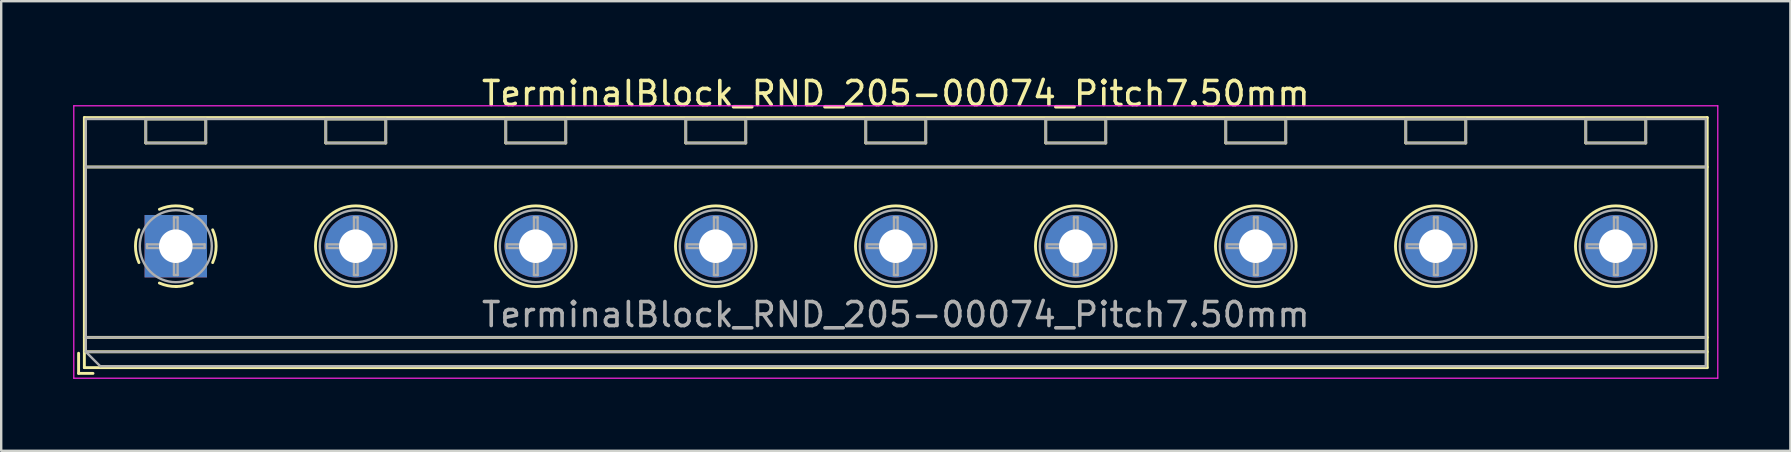
<source format=kicad_pcb>
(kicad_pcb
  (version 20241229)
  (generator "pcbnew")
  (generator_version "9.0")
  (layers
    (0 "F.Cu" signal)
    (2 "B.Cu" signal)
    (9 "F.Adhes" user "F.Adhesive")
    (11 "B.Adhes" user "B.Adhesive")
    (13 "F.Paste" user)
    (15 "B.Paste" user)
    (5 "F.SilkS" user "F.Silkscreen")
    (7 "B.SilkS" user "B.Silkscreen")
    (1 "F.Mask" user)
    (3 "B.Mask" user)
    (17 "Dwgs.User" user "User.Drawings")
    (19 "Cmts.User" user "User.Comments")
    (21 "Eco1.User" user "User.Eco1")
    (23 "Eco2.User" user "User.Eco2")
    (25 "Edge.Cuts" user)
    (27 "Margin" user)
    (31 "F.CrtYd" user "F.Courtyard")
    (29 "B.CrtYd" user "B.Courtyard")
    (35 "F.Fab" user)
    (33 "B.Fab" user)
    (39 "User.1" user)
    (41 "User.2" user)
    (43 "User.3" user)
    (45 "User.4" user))
  (footprint "TerminalBlock_RND_205-00074_Pitch7.50mm"
    (layer "F.Cu")
    (at 4.275 7.208)
    (property "Reference" "TerminalBlock_RND_205-00074_Pitch7.50mm" (at 30 -6.36 0) (layer "F.SilkS") (effects (font (size 1 1) (thickness 0.15))))
    (attr through_hole)
    (fp_line (start -4.05 4.46) (end -4.05 5.3) (stroke (width 0.12) (type solid)) (layer "F.SilkS"))
    (fp_line (start -4.05 5.3) (end -3.45 5.3) (stroke (width 0.12) (type solid)) (layer "F.SilkS"))
    (fp_line (start -3.81 -5.36) (end -3.81 5.06) (stroke (width 0.12) (type solid)) (layer "F.SilkS"))
    (fp_line (start -3.81 -3.3) (end 63.81 -3.3) (stroke (width 0.12) (type solid)) (layer "F.SilkS"))
    (fp_line (start -3.81 3.8) (end 63.81 3.8) (stroke (width 0.12) (type solid)) (layer "F.SilkS"))
    (fp_line (start -3.81 4.4) (end 63.81 4.4) (stroke (width 0.12) (type solid)) (layer "F.SilkS"))
    (fp_line (start -3.81 5.06) (end 63.81 5.06) (stroke (width 0.12) (type solid)) (layer "F.SilkS"))
    (fp_line (start -1.25 -5.301) (end -1.25 -4.301) (stroke (width 0.12) (type solid)) (layer "F.SilkS"))
    (fp_line (start -1.25 -5.301) (end 1.25 -5.301) (stroke (width 0.12) (type solid)) (layer "F.SilkS"))
    (fp_line (start -1.25 -4.301) (end 1.25 -4.301) (stroke (width 0.12) (type solid)) (layer "F.SilkS"))
    (fp_line (start 1.25 -5.301) (end 1.25 -4.301) (stroke (width 0.12) (type solid)) (layer "F.SilkS"))
    (fp_line (start 6.25 -5.301) (end 6.25 -4.301) (stroke (width 0.12) (type solid)) (layer "F.SilkS"))
    (fp_line (start 6.25 -5.301) (end 8.75 -5.301) (stroke (width 0.12) (type solid)) (layer "F.SilkS"))
    (fp_line (start 6.25 -4.301) (end 8.75 -4.301) (stroke (width 0.12) (type solid)) (layer "F.SilkS"))
    (fp_line (start 8.75 -5.301) (end 8.75 -4.301) (stroke (width 0.12) (type solid)) (layer "F.SilkS"))
    (fp_line (start 13.75 -5.301) (end 13.75 -4.301) (stroke (width 0.12) (type solid)) (layer "F.SilkS"))
    (fp_line (start 13.75 -5.301) (end 16.25 -5.301) (stroke (width 0.12) (type solid)) (layer "F.SilkS"))
    (fp_line (start 13.75 -4.301) (end 16.25 -4.301) (stroke (width 0.12) (type solid)) (layer "F.SilkS"))
    (fp_line (start 16.25 -5.301) (end 16.25 -4.301) (stroke (width 0.12) (type solid)) (layer "F.SilkS"))
    (fp_line (start 21.25 -5.301) (end 21.25 -4.301) (stroke (width 0.12) (type solid)) (layer "F.SilkS"))
    (fp_line (start 21.25 -5.301) (end 23.75 -5.301) (stroke (width 0.12) (type solid)) (layer "F.SilkS"))
    (fp_line (start 21.25 -4.301) (end 23.75 -4.301) (stroke (width 0.12) (type solid)) (layer "F.SilkS"))
    (fp_line (start 23.75 -5.301) (end 23.75 -4.301) (stroke (width 0.12) (type solid)) (layer "F.SilkS"))
    (fp_line (start 28.75 -5.301) (end 28.75 -4.301) (stroke (width 0.12) (type solid)) (layer "F.SilkS"))
    (fp_line (start 28.75 -5.301) (end 31.25 -5.301) (stroke (width 0.12) (type solid)) (layer "F.SilkS"))
    (fp_line (start 28.75 -4.301) (end 31.25 -4.301) (stroke (width 0.12) (type solid)) (layer "F.SilkS"))
    (fp_line (start 31.25 -5.301) (end 31.25 -4.301) (stroke (width 0.12) (type solid)) (layer "F.SilkS"))
    (fp_line (start 36.25 -5.301) (end 36.25 -4.301) (stroke (width 0.12) (type solid)) (layer "F.SilkS"))
    (fp_line (start 36.25 -5.301) (end 38.75 -5.301) (stroke (width 0.12) (type solid)) (layer "F.SilkS"))
    (fp_line (start 36.25 -4.301) (end 38.75 -4.301) (stroke (width 0.12) (type solid)) (layer "F.SilkS"))
    (fp_line (start 38.75 -5.301) (end 38.75 -4.301) (stroke (width 0.12) (type solid)) (layer "F.SilkS"))
    (fp_line (start 43.75 -5.301) (end 43.75 -4.301) (stroke (width 0.12) (type solid)) (layer "F.SilkS"))
    (fp_line (start 43.75 -5.301) (end 46.25 -5.301) (stroke (width 0.12) (type solid)) (layer "F.SilkS"))
    (fp_line (start 43.75 -4.301) (end 46.25 -4.301) (stroke (width 0.12) (type solid)) (layer "F.SilkS"))
    (fp_line (start 46.25 -5.301) (end 46.25 -4.301) (stroke (width 0.12) (type solid)) (layer "F.SilkS"))
    (fp_line (start 51.25 -5.301) (end 51.25 -4.301) (stroke (width 0.12) (type solid)) (layer "F.SilkS"))
    (fp_line (start 51.25 -5.301) (end 53.75 -5.301) (stroke (width 0.12) (type solid)) (layer "F.SilkS"))
    (fp_line (start 51.25 -4.301) (end 53.75 -4.301) (stroke (width 0.12) (type solid)) (layer "F.SilkS"))
    (fp_line (start 53.75 -5.301) (end 53.75 -4.301) (stroke (width 0.12) (type solid)) (layer "F.SilkS"))
    (fp_line (start 58.75 -5.301) (end 58.75 -4.301) (stroke (width 0.12) (type solid)) (layer "F.SilkS"))
    (fp_line (start 58.75 -5.301) (end 61.25 -5.301) (stroke (width 0.12) (type solid)) (layer "F.SilkS"))
    (fp_line (start 58.75 -4.301) (end 61.25 -4.301) (stroke (width 0.12) (type solid)) (layer "F.SilkS"))
    (fp_line (start 61.25 -5.301) (end 61.25 -4.301) (stroke (width 0.12) (type solid)) (layer "F.SilkS"))
    (fp_line (start 63.81 -5.36) (end -3.81 -5.36) (stroke (width 0.12) (type solid)) (layer "F.SilkS"))
    (fp_line (start 63.81 5.06) (end 63.81 -5.36) (stroke (width 0.12) (type solid)) (layer "F.SilkS"))
    (fp_arc (start -1.535427 0.683042) (mid -1.680501 -0.000524) (end -1.535 -0.684) (stroke (width 0.12) (type solid)) (layer "F.SilkS"))
    (fp_arc (start -0.683042 -1.535427) (mid 0.000524 -1.680501) (end 0.684 -1.535) (stroke (width 0.12) (type solid)) (layer "F.SilkS"))
    (fp_arc (start 0.028805 1.680253) (mid -0.335551 1.646659) (end -0.684 1.535) (stroke (width 0.12) (type solid)) (layer "F.SilkS"))
    (fp_arc (start 0.683318 1.534756) (mid 0.349292 1.643288) (end 0 1.68) (stroke (width 0.12) (type solid)) (layer "F.SilkS"))
    (fp_arc (start 1.535427 -0.683042) (mid 1.680501 0.000524) (end 1.535 0.684) (stroke (width 0.12) (type solid)) (layer "F.SilkS"))
    (fp_circle (center 7.5 0) (end 9.18 0) (stroke (width 0.12) (type solid)) (fill no) (layer "F.SilkS"))
    (fp_circle (center 15 0) (end 16.68 0) (stroke (width 0.12) (type solid)) (fill no) (layer "F.SilkS"))
    (fp_circle (center 22.5 0) (end 24.18 0) (stroke (width 0.12) (type solid)) (fill no) (layer "F.SilkS"))
    (fp_circle (center 30 0) (end 31.68 0) (stroke (width 0.12) (type solid)) (fill no) (layer "F.SilkS"))
    (fp_circle (center 37.5 0) (end 39.18 0) (stroke (width 0.12) (type solid)) (fill no) (layer "F.SilkS"))
    (fp_circle (center 45 0) (end 46.68 0) (stroke (width 0.12) (type solid)) (fill no) (layer "F.SilkS"))
    (fp_circle (center 52.5 0) (end 54.18 0) (stroke (width 0.12) (type solid)) (fill no) (layer "F.SilkS"))
    (fp_circle (center 60 0) (end 61.68 0) (stroke (width 0.12) (type solid)) (fill no) (layer "F.SilkS"))
    (fp_line (start -4.25 -5.85) (end -4.25 5.5) (stroke (width 0.05) (type solid)) (layer "F.CrtYd"))
    (fp_line (start -4.25 5.5) (end 64.25 5.5) (stroke (width 0.05) (type solid)) (layer "F.CrtYd"))
    (fp_line (start 64.25 -5.85) (end -4.25 -5.85) (stroke (width 0.05) (type solid)) (layer "F.CrtYd"))
    (fp_line (start 64.25 5.5) (end 64.25 -5.85) (stroke (width 0.05) (type solid)) (layer "F.CrtYd"))
    (fp_line (start -3.75 -5.3) (end 63.75 -5.3) (stroke (width 0.1) (type solid)) (layer "F.Fab"))
    (fp_line (start -3.75 -3.3) (end 63.75 -3.3) (stroke (width 0.1) (type solid)) (layer "F.Fab"))
    (fp_line (start -3.75 3.8) (end 63.75 3.8) (stroke (width 0.1) (type solid)) (layer "F.Fab"))
    (fp_line (start -3.75 4.4) (end -3.75 -5.3) (stroke (width 0.1) (type solid)) (layer "F.Fab"))
    (fp_line (start -3.75 4.4) (end 63.75 4.4) (stroke (width 0.1) (type solid)) (layer "F.Fab"))
    (fp_line (start -3.15 5) (end -3.75 4.4) (stroke (width 0.1) (type solid)) (layer "F.Fab"))
    (fp_line (start -1.25 -5.3) (end -1.25 -4.3) (stroke (width 0.1) (type solid)) (layer "F.Fab"))
    (fp_line (start -1.25 -4.3) (end 1.25 -4.3) (stroke (width 0.1) (type solid)) (layer "F.Fab"))
    (fp_line (start -1.201 -0.076) (end -0.076 -0.076) (stroke (width 0.1) (type solid)) (layer "F.Fab"))
    (fp_line (start -1.201 0.076) (end -1.201 -0.076) (stroke (width 0.1) (type solid)) (layer "F.Fab"))
    (fp_line (start -0.076 -1.201) (end 0.076 -1.201) (stroke (width 0.1) (type solid)) (layer "F.Fab"))
    (fp_line (start -0.076 -0.076) (end -0.076 -1.201) (stroke (width 0.1) (type solid)) (layer "F.Fab"))
    (fp_line (start -0.076 0.076) (end -1.201 0.076) (stroke (width 0.1) (type solid)) (layer "F.Fab"))
    (fp_line (start -0.076 1.201) (end -0.076 0.076) (stroke (width 0.1) (type solid)) (layer "F.Fab"))
    (fp_line (start 0.076 -1.201) (end 0.076 -0.076) (stroke (width 0.1) (type solid)) (layer "F.Fab"))
    (fp_line (start 0.076 -0.076) (end 1.201 -0.076) (stroke (width 0.1) (type solid)) (layer "F.Fab"))
    (fp_line (start 0.076 0.076) (end 0.076 1.201) (stroke (width 0.1) (type solid)) (layer "F.Fab"))
    (fp_line (start 0.076 1.201) (end -0.076 1.201) (stroke (width 0.1) (type solid)) (layer "F.Fab"))
    (fp_line (start 1.201 -0.076) (end 1.201 0.076) (stroke (width 0.1) (type solid)) (layer "F.Fab"))
    (fp_line (start 1.201 0.076) (end 0.076 0.076) (stroke (width 0.1) (type solid)) (layer "F.Fab"))
    (fp_line (start 1.25 -5.3) (end -1.25 -5.3) (stroke (width 0.1) (type solid)) (layer "F.Fab"))
    (fp_line (start 1.25 -4.3) (end 1.25 -5.3) (stroke (width 0.1) (type solid)) (layer "F.Fab"))
    (fp_line (start 6.25 -5.3) (end 6.25 -4.3) (stroke (width 0.1) (type solid)) (layer "F.Fab"))
    (fp_line (start 6.25 -4.3) (end 8.75 -4.3) (stroke (width 0.1) (type solid)) (layer "F.Fab"))
    (fp_line (start 6.299 -0.076) (end 7.424 -0.076) (stroke (width 0.1) (type solid)) (layer "F.Fab"))
    (fp_line (start 6.299 0.076) (end 6.299 -0.076) (stroke (width 0.1) (type solid)) (layer "F.Fab"))
    (fp_line (start 7.424 -1.201) (end 7.576 -1.201) (stroke (width 0.1) (type solid)) (layer "F.Fab"))
    (fp_line (start 7.424 -0.076) (end 7.424 -1.201) (stroke (width 0.1) (type solid)) (layer "F.Fab"))
    (fp_line (start 7.424 0.076) (end 6.299 0.076) (stroke (width 0.1) (type solid)) (layer "F.Fab"))
    (fp_line (start 7.424 1.201) (end 7.424 0.076) (stroke (width 0.1) (type solid)) (layer "F.Fab"))
    (fp_line (start 7.576 -1.201) (end 7.576 -0.076) (stroke (width 0.1) (type solid)) (layer "F.Fab"))
    (fp_line (start 7.576 -0.076) (end 8.701 -0.076) (stroke (width 0.1) (type solid)) (layer "F.Fab"))
    (fp_line (start 7.576 0.076) (end 7.576 1.201) (stroke (width 0.1) (type solid)) (layer "F.Fab"))
    (fp_line (start 7.576 1.201) (end 7.424 1.201) (stroke (width 0.1) (type solid)) (layer "F.Fab"))
    (fp_line (start 8.701 -0.076) (end 8.701 0.076) (stroke (width 0.1) (type solid)) (layer "F.Fab"))
    (fp_line (start 8.701 0.076) (end 7.576 0.076) (stroke (width 0.1) (type solid)) (layer "F.Fab"))
    (fp_line (start 8.75 -5.3) (end 6.25 -5.3) (stroke (width 0.1) (type solid)) (layer "F.Fab"))
    (fp_line (start 8.75 -4.3) (end 8.75 -5.3) (stroke (width 0.1) (type solid)) (layer "F.Fab"))
    (fp_line (start 13.75 -5.3) (end 13.75 -4.3) (stroke (width 0.1) (type solid)) (layer "F.Fab"))
    (fp_line (start 13.75 -4.3) (end 16.25 -4.3) (stroke (width 0.1) (type solid)) (layer "F.Fab"))
    (fp_line (start 13.799 -0.076) (end 14.924 -0.076) (stroke (width 0.1) (type solid)) (layer "F.Fab"))
    (fp_line (start 13.799 0.076) (end 13.799 -0.076) (stroke (width 0.1) (type solid)) (layer "F.Fab"))
    (fp_line (start 14.924 -1.201) (end 15.076 -1.201) (stroke (width 0.1) (type solid)) (layer "F.Fab"))
    (fp_line (start 14.924 -0.076) (end 14.924 -1.201) (stroke (width 0.1) (type solid)) (layer "F.Fab"))
    (fp_line (start 14.924 0.076) (end 13.799 0.076) (stroke (width 0.1) (type solid)) (layer "F.Fab"))
    (fp_line (start 14.924 1.201) (end 14.924 0.076) (stroke (width 0.1) (type solid)) (layer "F.Fab"))
    (fp_line (start 15.076 -1.201) (end 15.076 -0.076) (stroke (width 0.1) (type solid)) (layer "F.Fab"))
    (fp_line (start 15.076 -0.076) (end 16.201 -0.076) (stroke (width 0.1) (type solid)) (layer "F.Fab"))
    (fp_line (start 15.076 0.076) (end 15.076 1.201) (stroke (width 0.1) (type solid)) (layer "F.Fab"))
    (fp_line (start 15.076 1.201) (end 14.924 1.201) (stroke (width 0.1) (type solid)) (layer "F.Fab"))
    (fp_line (start 16.201 -0.076) (end 16.201 0.076) (stroke (width 0.1) (type solid)) (layer "F.Fab"))
    (fp_line (start 16.201 0.076) (end 15.076 0.076) (stroke (width 0.1) (type solid)) (layer "F.Fab"))
    (fp_line (start 16.25 -5.3) (end 13.75 -5.3) (stroke (width 0.1) (type solid)) (layer "F.Fab"))
    (fp_line (start 16.25 -4.3) (end 16.25 -5.3) (stroke (width 0.1) (type solid)) (layer "F.Fab"))
    (fp_line (start 21.25 -5.3) (end 21.25 -4.3) (stroke (width 0.1) (type solid)) (layer "F.Fab"))
    (fp_line (start 21.25 -4.3) (end 23.75 -4.3) (stroke (width 0.1) (type solid)) (layer "F.Fab"))
    (fp_line (start 21.299 -0.076) (end 22.424 -0.076) (stroke (width 0.1) (type solid)) (layer "F.Fab"))
    (fp_line (start 21.299 0.076) (end 21.299 -0.076) (stroke (width 0.1) (type solid)) (layer "F.Fab"))
    (fp_line (start 22.424 -1.201) (end 22.576 -1.201) (stroke (width 0.1) (type solid)) (layer "F.Fab"))
    (fp_line (start 22.424 -0.076) (end 22.424 -1.201) (stroke (width 0.1) (type solid)) (layer "F.Fab"))
    (fp_line (start 22.424 0.076) (end 21.299 0.076) (stroke (width 0.1) (type solid)) (layer "F.Fab"))
    (fp_line (start 22.424 1.201) (end 22.424 0.076) (stroke (width 0.1) (type solid)) (layer "F.Fab"))
    (fp_line (start 22.576 -1.201) (end 22.576 -0.076) (stroke (width 0.1) (type solid)) (layer "F.Fab"))
    (fp_line (start 22.576 -0.076) (end 23.701 -0.076) (stroke (width 0.1) (type solid)) (layer "F.Fab"))
    (fp_line (start 22.576 0.076) (end 22.576 1.201) (stroke (width 0.1) (type solid)) (layer "F.Fab"))
    (fp_line (start 22.576 1.201) (end 22.424 1.201) (stroke (width 0.1) (type solid)) (layer "F.Fab"))
    (fp_line (start 23.701 -0.076) (end 23.701 0.076) (stroke (width 0.1) (type solid)) (layer "F.Fab"))
    (fp_line (start 23.701 0.076) (end 22.576 0.076) (stroke (width 0.1) (type solid)) (layer "F.Fab"))
    (fp_line (start 23.75 -5.3) (end 21.25 -5.3) (stroke (width 0.1) (type solid)) (layer "F.Fab"))
    (fp_line (start 23.75 -4.3) (end 23.75 -5.3) (stroke (width 0.1) (type solid)) (layer "F.Fab"))
    (fp_line (start 28.75 -5.3) (end 28.75 -4.3) (stroke (width 0.1) (type solid)) (layer "F.Fab"))
    (fp_line (start 28.75 -4.3) (end 31.25 -4.3) (stroke (width 0.1) (type solid)) (layer "F.Fab"))
    (fp_line (start 28.799 -0.076) (end 29.924 -0.076) (stroke (width 0.1) (type solid)) (layer "F.Fab"))
    (fp_line (start 28.799 0.076) (end 28.799 -0.076) (stroke (width 0.1) (type solid)) (layer "F.Fab"))
    (fp_line (start 29.924 -1.201) (end 30.076 -1.201) (stroke (width 0.1) (type solid)) (layer "F.Fab"))
    (fp_line (start 29.924 -0.076) (end 29.924 -1.201) (stroke (width 0.1) (type solid)) (layer "F.Fab"))
    (fp_line (start 29.924 0.076) (end 28.799 0.076) (stroke (width 0.1) (type solid)) (layer "F.Fab"))
    (fp_line (start 29.924 1.201) (end 29.924 0.076) (stroke (width 0.1) (type solid)) (layer "F.Fab"))
    (fp_line (start 30.076 -1.201) (end 30.076 -0.076) (stroke (width 0.1) (type solid)) (layer "F.Fab"))
    (fp_line (start 30.076 -0.076) (end 31.201 -0.076) (stroke (width 0.1) (type solid)) (layer "F.Fab"))
    (fp_line (start 30.076 0.076) (end 30.076 1.201) (stroke (width 0.1) (type solid)) (layer "F.Fab"))
    (fp_line (start 30.076 1.201) (end 29.924 1.201) (stroke (width 0.1) (type solid)) (layer "F.Fab"))
    (fp_line (start 31.201 -0.076) (end 31.201 0.076) (stroke (width 0.1) (type solid)) (layer "F.Fab"))
    (fp_line (start 31.201 0.076) (end 30.076 0.076) (stroke (width 0.1) (type solid)) (layer "F.Fab"))
    (fp_line (start 31.25 -5.3) (end 28.75 -5.3) (stroke (width 0.1) (type solid)) (layer "F.Fab"))
    (fp_line (start 31.25 -4.3) (end 31.25 -5.3) (stroke (width 0.1) (type solid)) (layer "F.Fab"))
    (fp_line (start 36.25 -5.3) (end 36.25 -4.3) (stroke (width 0.1) (type solid)) (layer "F.Fab"))
    (fp_line (start 36.25 -4.3) (end 38.75 -4.3) (stroke (width 0.1) (type solid)) (layer "F.Fab"))
    (fp_line (start 36.299 -0.076) (end 37.424 -0.076) (stroke (width 0.1) (type solid)) (layer "F.Fab"))
    (fp_line (start 36.299 0.076) (end 36.299 -0.076) (stroke (width 0.1) (type solid)) (layer "F.Fab"))
    (fp_line (start 37.424 -1.201) (end 37.576 -1.201) (stroke (width 0.1) (type solid)) (layer "F.Fab"))
    (fp_line (start 37.424 -0.076) (end 37.424 -1.201) (stroke (width 0.1) (type solid)) (layer "F.Fab"))
    (fp_line (start 37.424 0.076) (end 36.299 0.076) (stroke (width 0.1) (type solid)) (layer "F.Fab"))
    (fp_line (start 37.424 1.201) (end 37.424 0.076) (stroke (width 0.1) (type solid)) (layer "F.Fab"))
    (fp_line (start 37.576 -1.201) (end 37.576 -0.076) (stroke (width 0.1) (type solid)) (layer "F.Fab"))
    (fp_line (start 37.576 -0.076) (end 38.701 -0.076) (stroke (width 0.1) (type solid)) (layer "F.Fab"))
    (fp_line (start 37.576 0.076) (end 37.576 1.201) (stroke (width 0.1) (type solid)) (layer "F.Fab"))
    (fp_line (start 37.576 1.201) (end 37.424 1.201) (stroke (width 0.1) (type solid)) (layer "F.Fab"))
    (fp_line (start 38.701 -0.076) (end 38.701 0.076) (stroke (width 0.1) (type solid)) (layer "F.Fab"))
    (fp_line (start 38.701 0.076) (end 37.576 0.076) (stroke (width 0.1) (type solid)) (layer "F.Fab"))
    (fp_line (start 38.75 -5.3) (end 36.25 -5.3) (stroke (width 0.1) (type solid)) (layer "F.Fab"))
    (fp_line (start 38.75 -4.3) (end 38.75 -5.3) (stroke (width 0.1) (type solid)) (layer "F.Fab"))
    (fp_line (start 43.75 -5.3) (end 43.75 -4.3) (stroke (width 0.1) (type solid)) (layer "F.Fab"))
    (fp_line (start 43.75 -4.3) (end 46.25 -4.3) (stroke (width 0.1) (type solid)) (layer "F.Fab"))
    (fp_line (start 43.799 -0.076) (end 44.924 -0.076) (stroke (width 0.1) (type solid)) (layer "F.Fab"))
    (fp_line (start 43.799 0.076) (end 43.799 -0.076) (stroke (width 0.1) (type solid)) (layer "F.Fab"))
    (fp_line (start 44.924 -1.201) (end 45.076 -1.201) (stroke (width 0.1) (type solid)) (layer "F.Fab"))
    (fp_line (start 44.924 -0.076) (end 44.924 -1.201) (stroke (width 0.1) (type solid)) (layer "F.Fab"))
    (fp_line (start 44.924 0.076) (end 43.799 0.076) (stroke (width 0.1) (type solid)) (layer "F.Fab"))
    (fp_line (start 44.924 1.201) (end 44.924 0.076) (stroke (width 0.1) (type solid)) (layer "F.Fab"))
    (fp_line (start 45.076 -1.201) (end 45.076 -0.076) (stroke (width 0.1) (type solid)) (layer "F.Fab"))
    (fp_line (start 45.076 -0.076) (end 46.201 -0.076) (stroke (width 0.1) (type solid)) (layer "F.Fab"))
    (fp_line (start 45.076 0.076) (end 45.076 1.201) (stroke (width 0.1) (type solid)) (layer "F.Fab"))
    (fp_line (start 45.076 1.201) (end 44.924 1.201) (stroke (width 0.1) (type solid)) (layer "F.Fab"))
    (fp_line (start 46.201 -0.076) (end 46.201 0.076) (stroke (width 0.1) (type solid)) (layer "F.Fab"))
    (fp_line (start 46.201 0.076) (end 45.076 0.076) (stroke (width 0.1) (type solid)) (layer "F.Fab"))
    (fp_line (start 46.25 -5.3) (end 43.75 -5.3) (stroke (width 0.1) (type solid)) (layer "F.Fab"))
    (fp_line (start 46.25 -4.3) (end 46.25 -5.3) (stroke (width 0.1) (type solid)) (layer "F.Fab"))
    (fp_line (start 51.25 -5.3) (end 51.25 -4.3) (stroke (width 0.1) (type solid)) (layer "F.Fab"))
    (fp_line (start 51.25 -4.3) (end 53.75 -4.3) (stroke (width 0.1) (type solid)) (layer "F.Fab"))
    (fp_line (start 51.299 -0.076) (end 52.424 -0.076) (stroke (width 0.1) (type solid)) (layer "F.Fab"))
    (fp_line (start 51.299 0.076) (end 51.299 -0.076) (stroke (width 0.1) (type solid)) (layer "F.Fab"))
    (fp_line (start 52.424 -1.201) (end 52.576 -1.201) (stroke (width 0.1) (type solid)) (layer "F.Fab"))
    (fp_line (start 52.424 -0.076) (end 52.424 -1.201) (stroke (width 0.1) (type solid)) (layer "F.Fab"))
    (fp_line (start 52.424 0.076) (end 51.299 0.076) (stroke (width 0.1) (type solid)) (layer "F.Fab"))
    (fp_line (start 52.424 1.201) (end 52.424 0.076) (stroke (width 0.1) (type solid)) (layer "F.Fab"))
    (fp_line (start 52.576 -1.201) (end 52.576 -0.076) (stroke (width 0.1) (type solid)) (layer "F.Fab"))
    (fp_line (start 52.576 -0.076) (end 53.701 -0.076) (stroke (width 0.1) (type solid)) (layer "F.Fab"))
    (fp_line (start 52.576 0.076) (end 52.576 1.201) (stroke (width 0.1) (type solid)) (layer "F.Fab"))
    (fp_line (start 52.576 1.201) (end 52.424 1.201) (stroke (width 0.1) (type solid)) (layer "F.Fab"))
    (fp_line (start 53.701 -0.076) (end 53.701 0.076) (stroke (width 0.1) (type solid)) (layer "F.Fab"))
    (fp_line (start 53.701 0.076) (end 52.576 0.076) (stroke (width 0.1) (type solid)) (layer "F.Fab"))
    (fp_line (start 53.75 -5.3) (end 51.25 -5.3) (stroke (width 0.1) (type solid)) (layer "F.Fab"))
    (fp_line (start 53.75 -4.3) (end 53.75 -5.3) (stroke (width 0.1) (type solid)) (layer "F.Fab"))
    (fp_line (start 58.75 -5.3) (end 58.75 -4.3) (stroke (width 0.1) (type solid)) (layer "F.Fab"))
    (fp_line (start 58.75 -4.3) (end 61.25 -4.3) (stroke (width 0.1) (type solid)) (layer "F.Fab"))
    (fp_line (start 58.799 -0.076) (end 59.924 -0.076) (stroke (width 0.1) (type solid)) (layer "F.Fab"))
    (fp_line (start 58.799 0.076) (end 58.799 -0.076) (stroke (width 0.1) (type solid)) (layer "F.Fab"))
    (fp_line (start 59.924 -1.201) (end 60.076 -1.201) (stroke (width 0.1) (type solid)) (layer "F.Fab"))
    (fp_line (start 59.924 -0.076) (end 59.924 -1.201) (stroke (width 0.1) (type solid)) (layer "F.Fab"))
    (fp_line (start 59.924 0.076) (end 58.799 0.076) (stroke (width 0.1) (type solid)) (layer "F.Fab"))
    (fp_line (start 59.924 1.201) (end 59.924 0.076) (stroke (width 0.1) (type solid)) (layer "F.Fab"))
    (fp_line (start 60.076 -1.201) (end 60.076 -0.076) (stroke (width 0.1) (type solid)) (layer "F.Fab"))
    (fp_line (start 60.076 -0.076) (end 61.201 -0.076) (stroke (width 0.1) (type solid)) (layer "F.Fab"))
    (fp_line (start 60.076 0.076) (end 60.076 1.201) (stroke (width 0.1) (type solid)) (layer "F.Fab"))
    (fp_line (start 60.076 1.201) (end 59.924 1.201) (stroke (width 0.1) (type solid)) (layer "F.Fab"))
    (fp_line (start 61.201 -0.076) (end 61.201 0.076) (stroke (width 0.1) (type solid)) (layer "F.Fab"))
    (fp_line (start 61.201 0.076) (end 60.076 0.076) (stroke (width 0.1) (type solid)) (layer "F.Fab"))
    (fp_line (start 61.25 -5.3) (end 58.75 -5.3) (stroke (width 0.1) (type solid)) (layer "F.Fab"))
    (fp_line (start 61.25 -4.3) (end 61.25 -5.3) (stroke (width 0.1) (type solid)) (layer "F.Fab"))
    (fp_line (start 63.75 -5.3) (end 63.75 5) (stroke (width 0.1) (type solid)) (layer "F.Fab"))
    (fp_line (start 63.75 5) (end -3.15 5) (stroke (width 0.1) (type solid)) (layer "F.Fab"))
    (fp_circle (center 0 0) (end 1.5 0) (stroke (width 0.1) (type solid)) (fill no) (layer "F.Fab"))
    (fp_circle (center 7.5 0) (end 9 0) (stroke (width 0.1) (type solid)) (fill no) (layer "F.Fab"))
    (fp_circle (center 15 0) (end 16.5 0) (stroke (width 0.1) (type solid)) (fill no) (layer "F.Fab"))
    (fp_circle (center 22.5 0) (end 24 0) (stroke (width 0.1) (type solid)) (fill no) (layer "F.Fab"))
    (fp_circle (center 30 0) (end 31.5 0) (stroke (width 0.1) (type solid)) (fill no) (layer "F.Fab"))
    (fp_circle (center 37.5 0) (end 39 0) (stroke (width 0.1) (type solid)) (fill no) (layer "F.Fab"))
    (fp_circle (center 45 0) (end 46.5 0) (stroke (width 0.1) (type solid)) (fill no) (layer "F.Fab"))
    (fp_circle (center 52.5 0) (end 54 0) (stroke (width 0.1) (type solid)) (fill no) (layer "F.Fab"))
    (fp_circle (center 60 0) (end 61.5 0) (stroke (width 0.1) (type solid)) (fill no) (layer "F.Fab"))
    (fp_text user "${REFERENCE}" (at 30 2.85 0) (layer "F.Fab") (effects (font (size 1 1) (thickness 0.15))))
    (pad "1" thru_hole rect (at 0 0) (size 2.6 2.6) (drill 1.4) (layers "*.Cu" "*.Mask"))
    (pad "2" thru_hole circle (at 7.5 0) (size 2.6 2.6) (drill 1.4) (layers "*.Cu" "*.Mask"))
    (pad "3" thru_hole circle (at 15 0) (size 2.6 2.6) (drill 1.4) (layers "*.Cu" "*.Mask"))
    (pad "4" thru_hole circle (at 22.5 0) (size 2.6 2.6) (drill 1.4) (layers "*.Cu" "*.Mask"))
    (pad "5" thru_hole circle (at 30 0) (size 2.6 2.6) (drill 1.4) (layers "*.Cu" "*.Mask"))
    (pad "6" thru_hole circle (at 37.5 0) (size 2.6 2.6) (drill 1.4) (layers "*.Cu" "*.Mask"))
    (pad "7" thru_hole circle (at 45 0) (size 2.6 2.6) (drill 1.4) (layers "*.Cu" "*.Mask"))
    (pad "8" thru_hole circle (at 52.5 0) (size 2.6 2.6) (drill 1.4) (layers "*.Cu" "*.Mask"))
    (pad "9" thru_hole circle (at 60 0) (size 2.6 2.6) (drill 1.4) (layers "*.Cu" "*.Mask")))
  (gr_rect
    (start -3 -3)
    (end 71.55 15.733)
    (stroke (width 0.1) (type default))
    (fill no)
    (layer "Edge.Cuts")))
</source>
